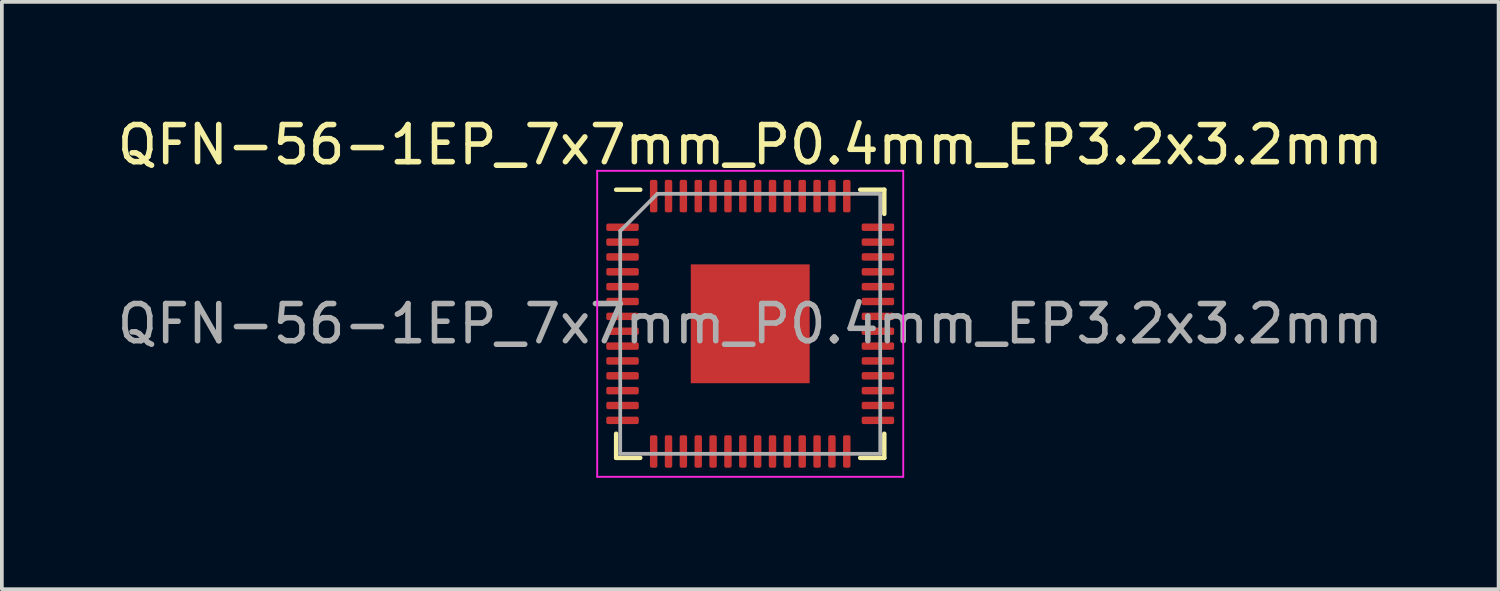
<source format=kicad_pcb>
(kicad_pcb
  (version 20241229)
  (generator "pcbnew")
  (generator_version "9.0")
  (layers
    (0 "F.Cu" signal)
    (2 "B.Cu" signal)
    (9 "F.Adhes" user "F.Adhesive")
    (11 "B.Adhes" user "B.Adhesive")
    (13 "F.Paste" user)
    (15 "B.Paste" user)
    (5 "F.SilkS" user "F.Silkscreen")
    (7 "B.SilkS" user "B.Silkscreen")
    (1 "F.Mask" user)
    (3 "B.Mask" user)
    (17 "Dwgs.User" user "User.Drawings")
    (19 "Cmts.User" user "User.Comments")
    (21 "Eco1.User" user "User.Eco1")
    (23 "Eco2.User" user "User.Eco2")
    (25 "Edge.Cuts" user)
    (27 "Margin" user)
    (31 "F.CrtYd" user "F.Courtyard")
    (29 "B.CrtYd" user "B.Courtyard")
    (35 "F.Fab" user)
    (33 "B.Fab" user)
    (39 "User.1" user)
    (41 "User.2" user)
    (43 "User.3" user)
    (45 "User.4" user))
  (footprint "QFN-56-1EP_7x7mm_P0.4mm_EP3.2x3.2mm"
    (layer "F.Cu")
    (at 17.149 5.668)
    (property "Reference" "QFN-56-1EP_7x7mm_P0.4mm_EP3.2x3.2mm" (at 0 -4.82 0) (layer "F.SilkS") (effects (font (size 1 1) (thickness 0.15))))
    (attr smd)
    (fp_line (start -3.61 3.61) (end -3.61 2.96) (stroke (width 0.12) (type solid)) (layer "F.SilkS"))
    (fp_line (start -2.96 -3.61) (end -3.61 -3.61) (stroke (width 0.12) (type solid)) (layer "F.SilkS"))
    (fp_line (start -2.96 3.61) (end -3.61 3.61) (stroke (width 0.12) (type solid)) (layer "F.SilkS"))
    (fp_line (start 2.96 -3.61) (end 3.61 -3.61) (stroke (width 0.12) (type solid)) (layer "F.SilkS"))
    (fp_line (start 2.96 3.61) (end 3.61 3.61) (stroke (width 0.12) (type solid)) (layer "F.SilkS"))
    (fp_line (start 3.61 -3.61) (end 3.61 -2.96) (stroke (width 0.12) (type solid)) (layer "F.SilkS"))
    (fp_line (start 3.61 3.61) (end 3.61 2.96) (stroke (width 0.12) (type solid)) (layer "F.SilkS"))
    (fp_line (start -4.12 -4.12) (end -4.12 4.12) (stroke (width 0.05) (type solid)) (layer "F.CrtYd"))
    (fp_line (start -4.12 4.12) (end 4.12 4.12) (stroke (width 0.05) (type solid)) (layer "F.CrtYd"))
    (fp_line (start 4.12 -4.12) (end -4.12 -4.12) (stroke (width 0.05) (type solid)) (layer "F.CrtYd"))
    (fp_line (start 4.12 4.12) (end 4.12 -4.12) (stroke (width 0.05) (type solid)) (layer "F.CrtYd"))
    (fp_line (start -3.5 -2.5) (end -2.5 -3.5) (stroke (width 0.1) (type solid)) (layer "F.Fab"))
    (fp_line (start -3.5 3.5) (end -3.5 -2.5) (stroke (width 0.1) (type solid)) (layer "F.Fab"))
    (fp_line (start -2.5 -3.5) (end 3.5 -3.5) (stroke (width 0.1) (type solid)) (layer "F.Fab"))
    (fp_line (start 3.5 -3.5) (end 3.5 3.5) (stroke (width 0.1) (type solid)) (layer "F.Fab"))
    (fp_line (start 3.5 3.5) (end -3.5 3.5) (stroke (width 0.1) (type solid)) (layer "F.Fab"))
    (fp_text user "${REFERENCE}" (at 0 0 0) (layer "F.Fab") (effects (font (size 1 1) (thickness 0.15))))
    (pad "" smd roundrect (at -0.8 -0.8) (size 1.19 1.19) (layers "F.Paste") (roundrect_rratio 0.21))
    (pad "" smd roundrect (at -0.8 0.8) (size 1.19 1.19) (layers "F.Paste") (roundrect_rratio 0.21))
    (pad "" smd roundrect (at 0.8 -0.8) (size 1.19 1.19) (layers "F.Paste") (roundrect_rratio 0.21))
    (pad "" smd roundrect (at 0.8 0.8) (size 1.19 1.19) (layers "F.Paste") (roundrect_rratio 0.21))
    (pad "1" smd roundrect (at -3.438 -2.6) (size 0.875 0.2) (layers "F.Cu" "F.Mask" "F.Paste") (roundrect_rratio 0.25))
    (pad "2" smd roundrect (at -3.438 -2.2) (size 0.875 0.2) (layers "F.Cu" "F.Mask" "F.Paste") (roundrect_rratio 0.25))
    (pad "3" smd roundrect (at -3.438 -1.8) (size 0.875 0.2) (layers "F.Cu" "F.Mask" "F.Paste") (roundrect_rratio 0.25))
    (pad "4" smd roundrect (at -3.438 -1.4) (size 0.875 0.2) (layers "F.Cu" "F.Mask" "F.Paste") (roundrect_rratio 0.25))
    (pad "5" smd roundrect (at -3.438 -1) (size 0.875 0.2) (layers "F.Cu" "F.Mask" "F.Paste") (roundrect_rratio 0.25))
    (pad "6" smd roundrect (at -3.438 -0.6) (size 0.875 0.2) (layers "F.Cu" "F.Mask" "F.Paste") (roundrect_rratio 0.25))
    (pad "7" smd roundrect (at -3.438 -0.2) (size 0.875 0.2) (layers "F.Cu" "F.Mask" "F.Paste") (roundrect_rratio 0.25))
    (pad "8" smd roundrect (at -3.438 0.2) (size 0.875 0.2) (layers "F.Cu" "F.Mask" "F.Paste") (roundrect_rratio 0.25))
    (pad "9" smd roundrect (at -3.438 0.6) (size 0.875 0.2) (layers "F.Cu" "F.Mask" "F.Paste") (roundrect_rratio 0.25))
    (pad "10" smd roundrect (at -3.438 1) (size 0.875 0.2) (layers "F.Cu" "F.Mask" "F.Paste") (roundrect_rratio 0.25))
    (pad "11" smd roundrect (at -3.438 1.4) (size 0.875 0.2) (layers "F.Cu" "F.Mask" "F.Paste") (roundrect_rratio 0.25))
    (pad "12" smd roundrect (at -3.438 1.8) (size 0.875 0.2) (layers "F.Cu" "F.Mask" "F.Paste") (roundrect_rratio 0.25))
    (pad "13" smd roundrect (at -3.438 2.2) (size 0.875 0.2) (layers "F.Cu" "F.Mask" "F.Paste") (roundrect_rratio 0.25))
    (pad "14" smd roundrect (at -3.438 2.6) (size 0.875 0.2) (layers "F.Cu" "F.Mask" "F.Paste") (roundrect_rratio 0.25))
    (pad "15" smd roundrect (at -2.6 3.438) (size 0.2 0.875) (layers "F.Cu" "F.Mask" "F.Paste") (roundrect_rratio 0.25))
    (pad "16" smd roundrect (at -2.2 3.438) (size 0.2 0.875) (layers "F.Cu" "F.Mask" "F.Paste") (roundrect_rratio 0.25))
    (pad "17" smd roundrect (at -1.8 3.438) (size 0.2 0.875) (layers "F.Cu" "F.Mask" "F.Paste") (roundrect_rratio 0.25))
    (pad "18" smd roundrect (at -1.4 3.438) (size 0.2 0.875) (layers "F.Cu" "F.Mask" "F.Paste") (roundrect_rratio 0.25))
    (pad "19" smd roundrect (at -1 3.438) (size 0.2 0.875) (layers "F.Cu" "F.Mask" "F.Paste") (roundrect_rratio 0.25))
    (pad "20" smd roundrect (at -0.6 3.438) (size 0.2 0.875) (layers "F.Cu" "F.Mask" "F.Paste") (roundrect_rratio 0.25))
    (pad "21" smd roundrect (at -0.2 3.438) (size 0.2 0.875) (layers "F.Cu" "F.Mask" "F.Paste") (roundrect_rratio 0.25))
    (pad "22" smd roundrect (at 0.2 3.438) (size 0.2 0.875) (layers "F.Cu" "F.Mask" "F.Paste") (roundrect_rratio 0.25))
    (pad "23" smd roundrect (at 0.6 3.438) (size 0.2 0.875) (layers "F.Cu" "F.Mask" "F.Paste") (roundrect_rratio 0.25))
    (pad "24" smd roundrect (at 1 3.438) (size 0.2 0.875) (layers "F.Cu" "F.Mask" "F.Paste") (roundrect_rratio 0.25))
    (pad "25" smd roundrect (at 1.4 3.438) (size 0.2 0.875) (layers "F.Cu" "F.Mask" "F.Paste") (roundrect_rratio 0.25))
    (pad "26" smd roundrect (at 1.8 3.438) (size 0.2 0.875) (layers "F.Cu" "F.Mask" "F.Paste") (roundrect_rratio 0.25))
    (pad "27" smd roundrect (at 2.2 3.438) (size 0.2 0.875) (layers "F.Cu" "F.Mask" "F.Paste") (roundrect_rratio 0.25))
    (pad "28" smd roundrect (at 2.6 3.438) (size 0.2 0.875) (layers "F.Cu" "F.Mask" "F.Paste") (roundrect_rratio 0.25))
    (pad "29" smd roundrect (at 3.438 2.6) (size 0.875 0.2) (layers "F.Cu" "F.Mask" "F.Paste") (roundrect_rratio 0.25))
    (pad "30" smd roundrect (at 3.438 2.2) (size 0.875 0.2) (layers "F.Cu" "F.Mask" "F.Paste") (roundrect_rratio 0.25))
    (pad "31" smd roundrect (at 3.438 1.8) (size 0.875 0.2) (layers "F.Cu" "F.Mask" "F.Paste") (roundrect_rratio 0.25))
    (pad "32" smd roundrect (at 3.438 1.4) (size 0.875 0.2) (layers "F.Cu" "F.Mask" "F.Paste") (roundrect_rratio 0.25))
    (pad "33" smd roundrect (at 3.438 1) (size 0.875 0.2) (layers "F.Cu" "F.Mask" "F.Paste") (roundrect_rratio 0.25))
    (pad "34" smd roundrect (at 3.438 0.6) (size 0.875 0.2) (layers "F.Cu" "F.Mask" "F.Paste") (roundrect_rratio 0.25))
    (pad "35" smd roundrect (at 3.438 0.2) (size 0.875 0.2) (layers "F.Cu" "F.Mask" "F.Paste") (roundrect_rratio 0.25))
    (pad "36" smd roundrect (at 3.438 -0.2) (size 0.875 0.2) (layers "F.Cu" "F.Mask" "F.Paste") (roundrect_rratio 0.25))
    (pad "37" smd roundrect (at 3.438 -0.6) (size 0.875 0.2) (layers "F.Cu" "F.Mask" "F.Paste") (roundrect_rratio 0.25))
    (pad "38" smd roundrect (at 3.438 -1) (size 0.875 0.2) (layers "F.Cu" "F.Mask" "F.Paste") (roundrect_rratio 0.25))
    (pad "39" smd roundrect (at 3.438 -1.4) (size 0.875 0.2) (layers "F.Cu" "F.Mask" "F.Paste") (roundrect_rratio 0.25))
    (pad "40" smd roundrect (at 3.438 -1.8) (size 0.875 0.2) (layers "F.Cu" "F.Mask" "F.Paste") (roundrect_rratio 0.25))
    (pad "41" smd roundrect (at 3.438 -2.2) (size 0.875 0.2) (layers "F.Cu" "F.Mask" "F.Paste") (roundrect_rratio 0.25))
    (pad "42" smd roundrect (at 3.438 -2.6) (size 0.875 0.2) (layers "F.Cu" "F.Mask" "F.Paste") (roundrect_rratio 0.25))
    (pad "43" smd roundrect (at 2.6 -3.438) (size 0.2 0.875) (layers "F.Cu" "F.Mask" "F.Paste") (roundrect_rratio 0.25))
    (pad "44" smd roundrect (at 2.2 -3.438) (size 0.2 0.875) (layers "F.Cu" "F.Mask" "F.Paste") (roundrect_rratio 0.25))
    (pad "45" smd roundrect (at 1.8 -3.438) (size 0.2 0.875) (layers "F.Cu" "F.Mask" "F.Paste") (roundrect_rratio 0.25))
    (pad "46" smd roundrect (at 1.4 -3.438) (size 0.2 0.875) (layers "F.Cu" "F.Mask" "F.Paste") (roundrect_rratio 0.25))
    (pad "47" smd roundrect (at 1 -3.438) (size 0.2 0.875) (layers "F.Cu" "F.Mask" "F.Paste") (roundrect_rratio 0.25))
    (pad "48" smd roundrect (at 0.6 -3.438) (size 0.2 0.875) (layers "F.Cu" "F.Mask" "F.Paste") (roundrect_rratio 0.25))
    (pad "49" smd roundrect (at 0.2 -3.438) (size 0.2 0.875) (layers "F.Cu" "F.Mask" "F.Paste") (roundrect_rratio 0.25))
    (pad "50" smd roundrect (at -0.2 -3.438) (size 0.2 0.875) (layers "F.Cu" "F.Mask" "F.Paste") (roundrect_rratio 0.25))
    (pad "51" smd roundrect (at -0.6 -3.438) (size 0.2 0.875) (layers "F.Cu" "F.Mask" "F.Paste") (roundrect_rratio 0.25))
    (pad "52" smd roundrect (at -1 -3.438) (size 0.2 0.875) (layers "F.Cu" "F.Mask" "F.Paste") (roundrect_rratio 0.25))
    (pad "53" smd roundrect (at -1.4 -3.438) (size 0.2 0.875) (layers "F.Cu" "F.Mask" "F.Paste") (roundrect_rratio 0.25))
    (pad "54" smd roundrect (at -1.8 -3.438) (size 0.2 0.875) (layers "F.Cu" "F.Mask" "F.Paste") (roundrect_rratio 0.25))
    (pad "55" smd roundrect (at -2.2 -3.438) (size 0.2 0.875) (layers "F.Cu" "F.Mask" "F.Paste") (roundrect_rratio 0.25))
    (pad "56" smd roundrect (at -2.6 -3.438) (size 0.2 0.875) (layers "F.Cu" "F.Mask" "F.Paste") (roundrect_rratio 0.25))
    (pad "57" smd rect (at 0 0) (size 3.2 3.2) (layers "F.Cu" "F.Mask")))
  (gr_rect
    (start -3 -3)
    (end 37.298 12.813)
    (stroke (width 0.1) (type default))
    (fill no)
    (layer "Edge.Cuts")))
</source>
